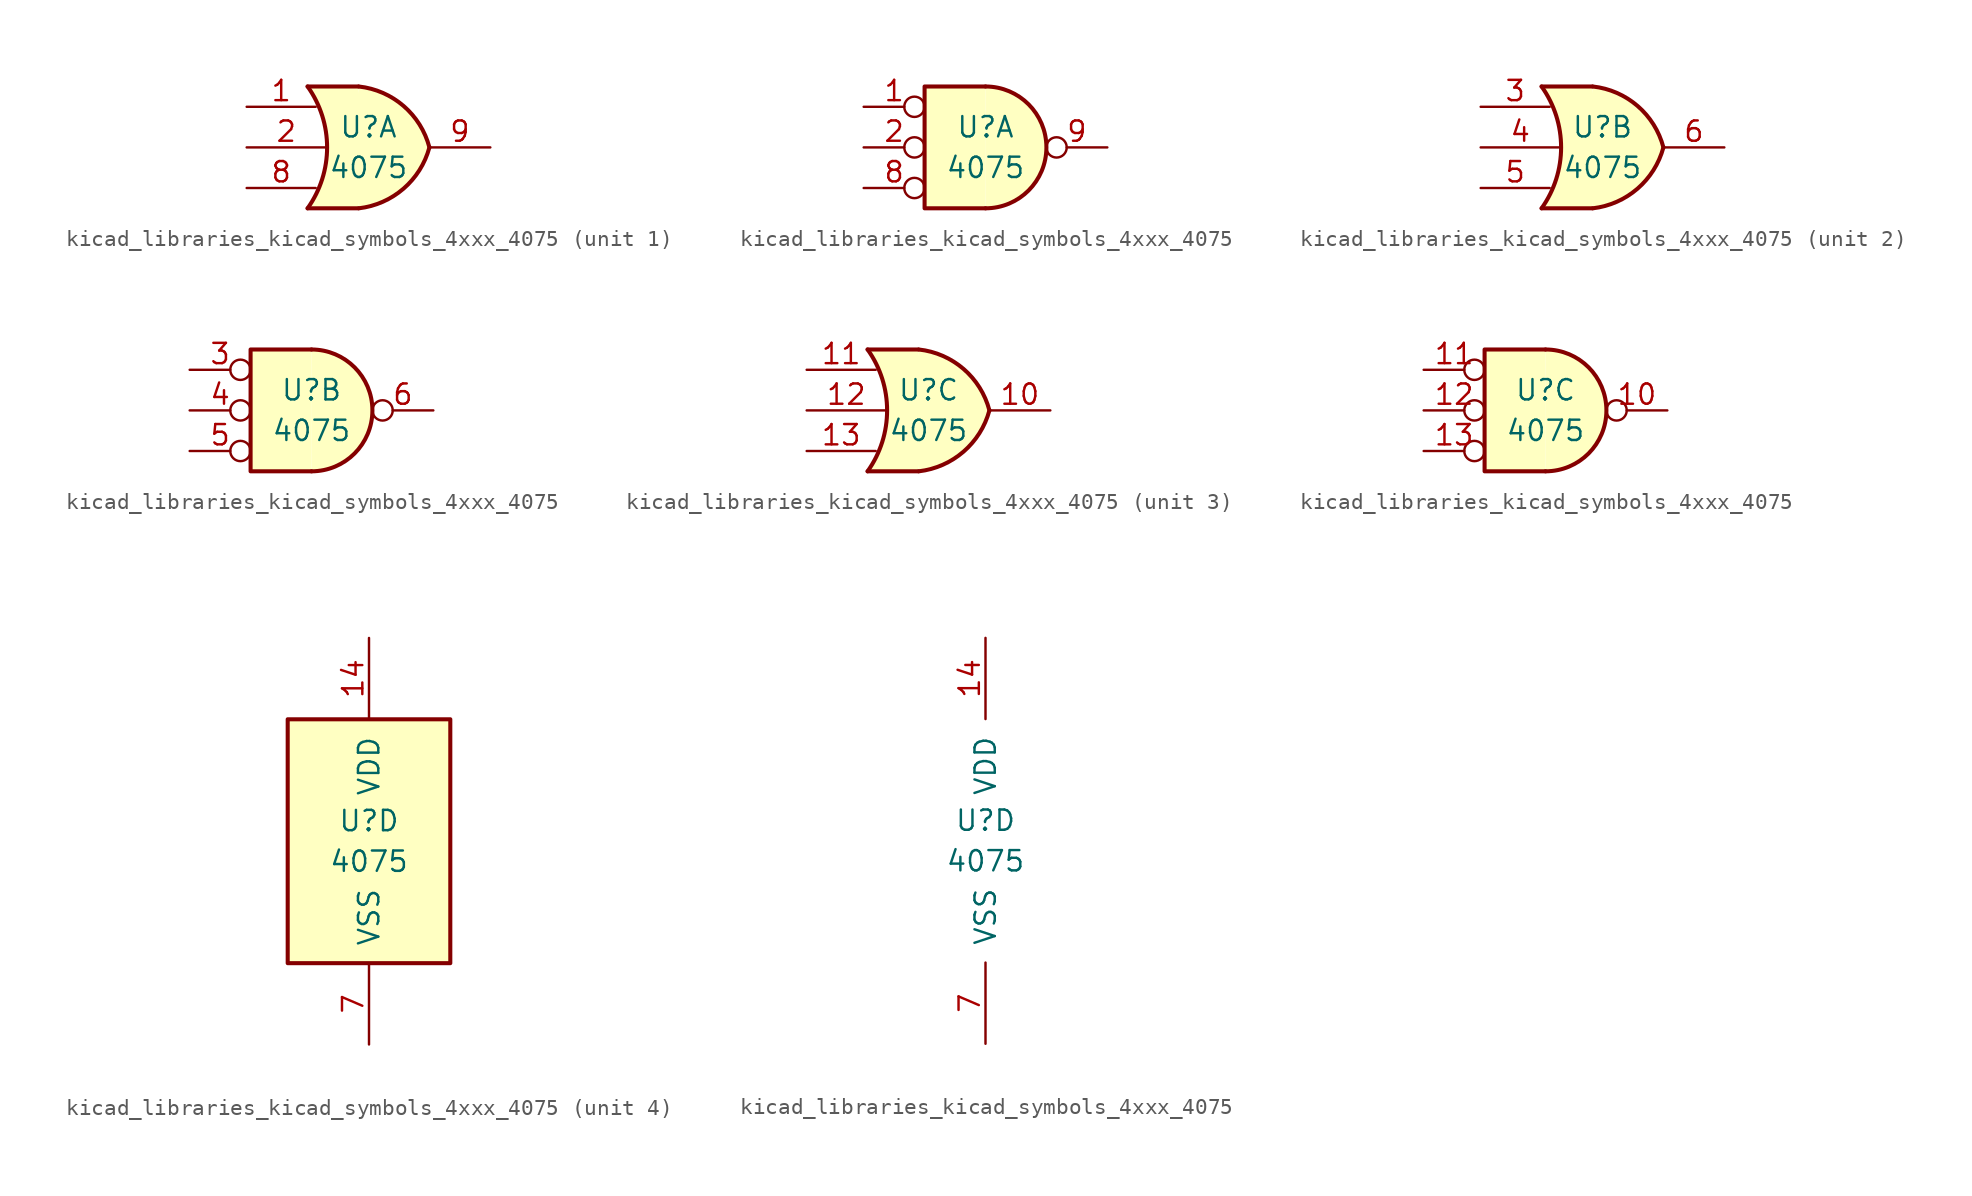
<source format=kicad_sym>
(kicad_symbol_lib
  (version 20220914)
  (generator kicad_symbol_editor)
  (symbol "kicad_libraries_kicad_symbols_4xxx_4075"
    (pin_names
      (offset 1.016))
    (property "Reference" "U"
      (at 0 1.27 0)
      (effects (font (size 1.27 1.27))))
    (property "Value" "4075"
      (at 0 -1.27 0)
      (effects (font (size 1.27 1.27))))
    (property "ki_locked" ""
      (at 0 0 0)
      (effects (font (size 1.27 1.27))))
    (symbol "kicad_libraries_kicad_symbols_4xxx_4075_1_1"
      (arc (start -3.81 -3.81) (mid -2.589 0) (end -3.81 3.81) (stroke (width 0.254) (type default)) (fill (type none)))
      (arc (start -0.6096 -3.81) (mid 2.1842 -2.5851) (end 3.81 0) (stroke (width 0.254) (type default)) (fill (type background)))
      (polyline (pts (xy -3.81 -3.81) (xy -0.635 -3.81)) (stroke (width 0.254) (type default)) (fill (type background)))
      (polyline (pts (xy -3.81 3.81) (xy -0.635 3.81)) (stroke (width 0.254) (type default)) (fill (type background)))
      (polyline (pts (xy -0.635 3.81) (xy -3.81 3.81) (xy -3.81 3.81) (xy -3.556 3.404) (xy -3.023 2.261) (xy -2.692 1.041) (xy -2.616 -0.254) (xy -2.769 -1.499) (xy -3.175 -2.718) (xy -3.81 -3.81) (xy -3.81 -3.81) (xy -0.635 -3.81)) (stroke (width -25.4) (type default)) (fill (type background)))
      (arc (start 3.81 0) (mid 2.1915 2.5936) (end -0.6096 3.81) (stroke (width 0.254) (type default)) (fill (type background)))
      (pin input line (at -7.62 2.54 0) (length 4.318) (name "~" (effects (font (size 1.27 1.27)))) (number "1" (effects (font (size 1.27 1.27)))))
      (pin input line (at -7.62 0 0) (length 4.953) (name "~" (effects (font (size 1.27 1.27)))) (number "2" (effects (font (size 1.27 1.27)))))
      (pin input line (at -7.62 -2.54 0) (length 4.318) (name "~" (effects (font (size 1.27 1.27)))) (number "8" (effects (font (size 1.27 1.27)))))
      (pin output line (at 7.62 0 180) (length 3.81) (name "~" (effects (font (size 1.27 1.27)))) (number "9" (effects (font (size 1.27 1.27))))))
    (symbol "kicad_libraries_kicad_symbols_4xxx_4075_1_2"
      (arc (start 0 -3.81) (mid 3.7934 0) (end 0 3.81) (stroke (width 0.254) (type default)) (fill (type background)))
      (polyline (pts (xy 0 3.81) (xy -3.81 3.81) (xy -3.81 -3.81) (xy 0 -3.81)) (stroke (width 0.254) (type default)) (fill (type background)))
      (pin input inverted (at -7.62 2.54 0) (length 3.81) (name "~" (effects (font (size 1.27 1.27)))) (number "1" (effects (font (size 1.27 1.27)))))
      (pin input inverted (at -7.62 0 0) (length 3.81) (name "~" (effects (font (size 1.27 1.27)))) (number "2" (effects (font (size 1.27 1.27)))))
      (pin input inverted (at -7.62 -2.54 0) (length 3.81) (name "~" (effects (font (size 1.27 1.27)))) (number "8" (effects (font (size 1.27 1.27)))))
      (pin output inverted (at 7.62 0 180) (length 3.81) (name "~" (effects (font (size 1.27 1.27)))) (number "9" (effects (font (size 1.27 1.27))))))
    (symbol "kicad_libraries_kicad_symbols_4xxx_4075_2_1"
      (arc (start -3.81 -3.81) (mid -2.589 0) (end -3.81 3.81) (stroke (width 0.254) (type default)) (fill (type none)))
      (arc (start -0.6096 -3.81) (mid 2.1842 -2.5851) (end 3.81 0) (stroke (width 0.254) (type default)) (fill (type background)))
      (polyline (pts (xy -3.81 -3.81) (xy -0.635 -3.81)) (stroke (width 0.254) (type default)) (fill (type background)))
      (polyline (pts (xy -3.81 3.81) (xy -0.635 3.81)) (stroke (width 0.254) (type default)) (fill (type background)))
      (polyline (pts (xy -0.635 3.81) (xy -3.81 3.81) (xy -3.81 3.81) (xy -3.556 3.404) (xy -3.023 2.261) (xy -2.692 1.041) (xy -2.616 -0.254) (xy -2.769 -1.499) (xy -3.175 -2.718) (xy -3.81 -3.81) (xy -3.81 -3.81) (xy -0.635 -3.81)) (stroke (width -25.4) (type default)) (fill (type background)))
      (arc (start 3.81 0) (mid 2.1915 2.5936) (end -0.6096 3.81) (stroke (width 0.254) (type default)) (fill (type background)))
      (pin input line (at -7.62 2.54 0) (length 4.318) (name "~" (effects (font (size 1.27 1.27)))) (number "3" (effects (font (size 1.27 1.27)))))
      (pin input line (at -7.62 0 0) (length 4.953) (name "~" (effects (font (size 1.27 1.27)))) (number "4" (effects (font (size 1.27 1.27)))))
      (pin input line (at -7.62 -2.54 0) (length 4.318) (name "~" (effects (font (size 1.27 1.27)))) (number "5" (effects (font (size 1.27 1.27)))))
      (pin output line (at 7.62 0 180) (length 3.81) (name "~" (effects (font (size 1.27 1.27)))) (number "6" (effects (font (size 1.27 1.27))))))
    (symbol "kicad_libraries_kicad_symbols_4xxx_4075_2_2"
      (arc (start 0 -3.81) (mid 3.7934 0) (end 0 3.81) (stroke (width 0.254) (type default)) (fill (type background)))
      (polyline (pts (xy 0 3.81) (xy -3.81 3.81) (xy -3.81 -3.81) (xy 0 -3.81)) (stroke (width 0.254) (type default)) (fill (type background)))
      (pin input inverted (at -7.62 2.54 0) (length 3.81) (name "~" (effects (font (size 1.27 1.27)))) (number "3" (effects (font (size 1.27 1.27)))))
      (pin input inverted (at -7.62 0 0) (length 3.81) (name "~" (effects (font (size 1.27 1.27)))) (number "4" (effects (font (size 1.27 1.27)))))
      (pin input inverted (at -7.62 -2.54 0) (length 3.81) (name "~" (effects (font (size 1.27 1.27)))) (number "5" (effects (font (size 1.27 1.27)))))
      (pin output inverted (at 7.62 0 180) (length 3.81) (name "~" (effects (font (size 1.27 1.27)))) (number "6" (effects (font (size 1.27 1.27))))))
    (symbol "kicad_libraries_kicad_symbols_4xxx_4075_3_1"
      (arc (start -3.81 -3.81) (mid -2.589 0) (end -3.81 3.81) (stroke (width 0.254) (type default)) (fill (type none)))
      (arc (start -0.6096 -3.81) (mid 2.1842 -2.5851) (end 3.81 0) (stroke (width 0.254) (type default)) (fill (type background)))
      (polyline (pts (xy -3.81 -3.81) (xy -0.635 -3.81)) (stroke (width 0.254) (type default)) (fill (type background)))
      (polyline (pts (xy -3.81 3.81) (xy -0.635 3.81)) (stroke (width 0.254) (type default)) (fill (type background)))
      (polyline (pts (xy -0.635 3.81) (xy -3.81 3.81) (xy -3.81 3.81) (xy -3.556 3.404) (xy -3.023 2.261) (xy -2.692 1.041) (xy -2.616 -0.254) (xy -2.769 -1.499) (xy -3.175 -2.718) (xy -3.81 -3.81) (xy -3.81 -3.81) (xy -0.635 -3.81)) (stroke (width -25.4) (type default)) (fill (type background)))
      (arc (start 3.81 0) (mid 2.1915 2.5936) (end -0.6096 3.81) (stroke (width 0.254) (type default)) (fill (type background)))
      (pin output line (at 7.62 0 180) (length 3.81) (name "~" (effects (font (size 1.27 1.27)))) (number "10" (effects (font (size 1.27 1.27)))))
      (pin input line (at -7.62 2.54 0) (length 4.318) (name "~" (effects (font (size 1.27 1.27)))) (number "11" (effects (font (size 1.27 1.27)))))
      (pin input line (at -7.62 0 0) (length 4.953) (name "~" (effects (font (size 1.27 1.27)))) (number "12" (effects (font (size 1.27 1.27)))))
      (pin input line (at -7.62 -2.54 0) (length 4.318) (name "~" (effects (font (size 1.27 1.27)))) (number "13" (effects (font (size 1.27 1.27))))))
    (symbol "kicad_libraries_kicad_symbols_4xxx_4075_3_2"
      (arc (start 0 -3.81) (mid 3.7934 0) (end 0 3.81) (stroke (width 0.254) (type default)) (fill (type background)))
      (polyline (pts (xy 0 3.81) (xy -3.81 3.81) (xy -3.81 -3.81) (xy 0 -3.81)) (stroke (width 0.254) (type default)) (fill (type background)))
      (pin output inverted (at 7.62 0 180) (length 3.81) (name "~" (effects (font (size 1.27 1.27)))) (number "10" (effects (font (size 1.27 1.27)))))
      (pin input inverted (at -7.62 2.54 0) (length 3.81) (name "~" (effects (font (size 1.27 1.27)))) (number "11" (effects (font (size 1.27 1.27)))))
      (pin input inverted (at -7.62 0 0) (length 3.81) (name "~" (effects (font (size 1.27 1.27)))) (number "12" (effects (font (size 1.27 1.27)))))
      (pin input inverted (at -7.62 -2.54 0) (length 3.81) (name "~" (effects (font (size 1.27 1.27)))) (number "13" (effects (font (size 1.27 1.27))))))
    (symbol "kicad_libraries_kicad_symbols_4xxx_4075_4_0"
      (pin power_in line (at 0 12.7 270) (length 5.08) (name "VDD" (effects (font (size 1.27 1.27)))) (number "14" (effects (font (size 1.27 1.27)))))
      (pin power_in line (at 0 -12.7 90) (length 5.08) (name "VSS" (effects (font (size 1.27 1.27)))) (number "7" (effects (font (size 1.27 1.27))))))
    (symbol "kicad_libraries_kicad_symbols_4xxx_4075_4_1"
      (rectangle (start -5.08 7.62) (end 5.08 -7.62) (stroke (width 0.254) (type default)) (fill (type background))))))
</source>
